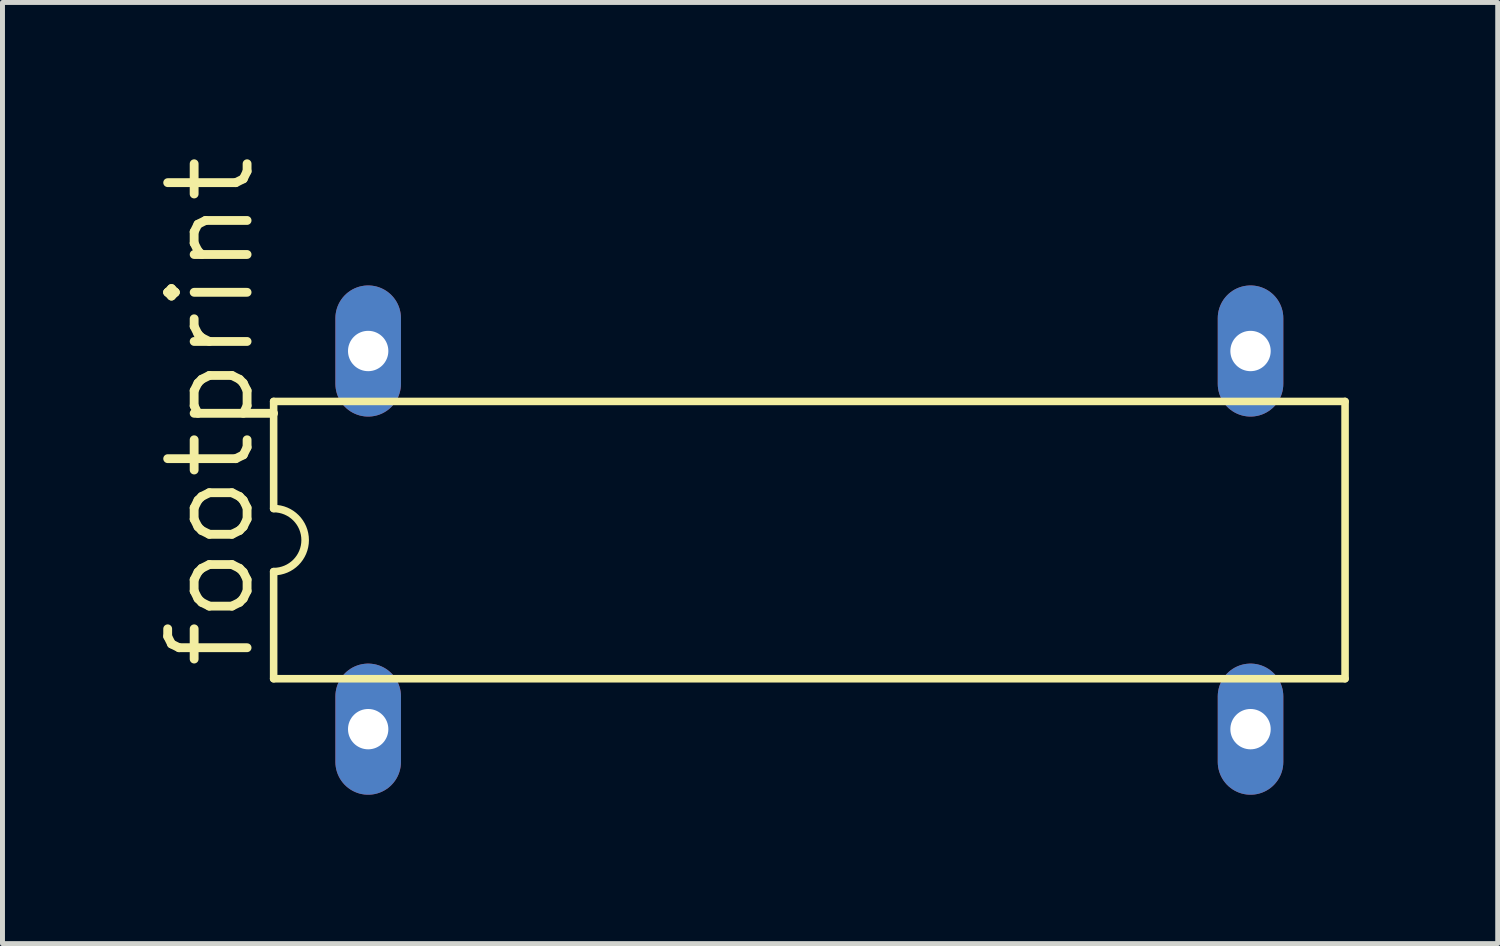
<source format=kicad_pcb>
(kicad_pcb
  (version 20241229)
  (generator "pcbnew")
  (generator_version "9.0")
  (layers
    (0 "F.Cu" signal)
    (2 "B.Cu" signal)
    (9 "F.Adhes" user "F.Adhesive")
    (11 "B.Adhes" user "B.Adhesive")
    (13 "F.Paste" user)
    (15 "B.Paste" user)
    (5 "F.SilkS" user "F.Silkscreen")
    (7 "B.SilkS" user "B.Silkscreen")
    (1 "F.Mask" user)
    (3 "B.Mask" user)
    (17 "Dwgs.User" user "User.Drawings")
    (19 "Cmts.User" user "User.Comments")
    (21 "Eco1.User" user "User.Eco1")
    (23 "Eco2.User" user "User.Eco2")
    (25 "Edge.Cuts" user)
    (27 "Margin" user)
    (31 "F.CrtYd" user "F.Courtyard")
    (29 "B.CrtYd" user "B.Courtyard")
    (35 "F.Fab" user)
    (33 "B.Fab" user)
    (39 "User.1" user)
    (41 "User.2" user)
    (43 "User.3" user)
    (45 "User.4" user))
  (footprint "footprint"
    (layer "F.Cu")
    (at 13.259 7.833)
    (property "Reference" "footprint" (at -11.125 2.667 90) (layer "F.SilkS") (effects (font (size 1.6 1.6) (thickness 0.178)) (justify left bottom)))
    (fp_line (start -10.795 -2.794) (end -10.795 -0.635) (stroke (width 0.152) (type solid)) (layer "F.SilkS"))
    (fp_line (start -10.795 -2.794) (end 10.795 -2.794) (stroke (width 0.152) (type solid)) (layer "F.SilkS"))
    (fp_line (start -10.795 0.635) (end -10.795 2.794) (stroke (width 0.152) (type solid)) (layer "F.SilkS"))
    (fp_line (start -10.795 2.794) (end 10.795 2.794) (stroke (width 0.152) (type solid)) (layer "F.SilkS"))
    (fp_line (start 10.795 2.794) (end 10.795 -2.794) (stroke (width 0.152) (type solid)) (layer "F.SilkS"))
    (fp_arc (start -10.795 -0.635) (mid -10.16 0) (end -10.795 0.635) (stroke (width 0.1524) (type solid)) (layer "F.SilkS"))
    (pad "1" thru_hole oval (at -8.89 3.81 90) (size 2.642 1.321) (drill 0.813) (layers "*.Cu" "*.Mask"))
    (pad "8" thru_hole oval (at 8.89 3.81 90) (size 2.642 1.321) (drill 0.813) (layers "*.Cu" "*.Mask"))
    (pad "9" thru_hole oval (at 8.89 -3.81 90) (size 2.642 1.321) (drill 0.813) (layers "*.Cu" "*.Mask"))
    (pad "16" thru_hole oval (at -8.89 -3.81 90) (size 2.642 1.321) (drill 0.813) (layers "*.Cu" "*.Mask")))
  (gr_rect
    (start -3 -3)
    (end 27.13 15.964)
    (stroke (width 0.1) (type default))
    (fill no)
    (layer "Edge.Cuts")))
</source>
